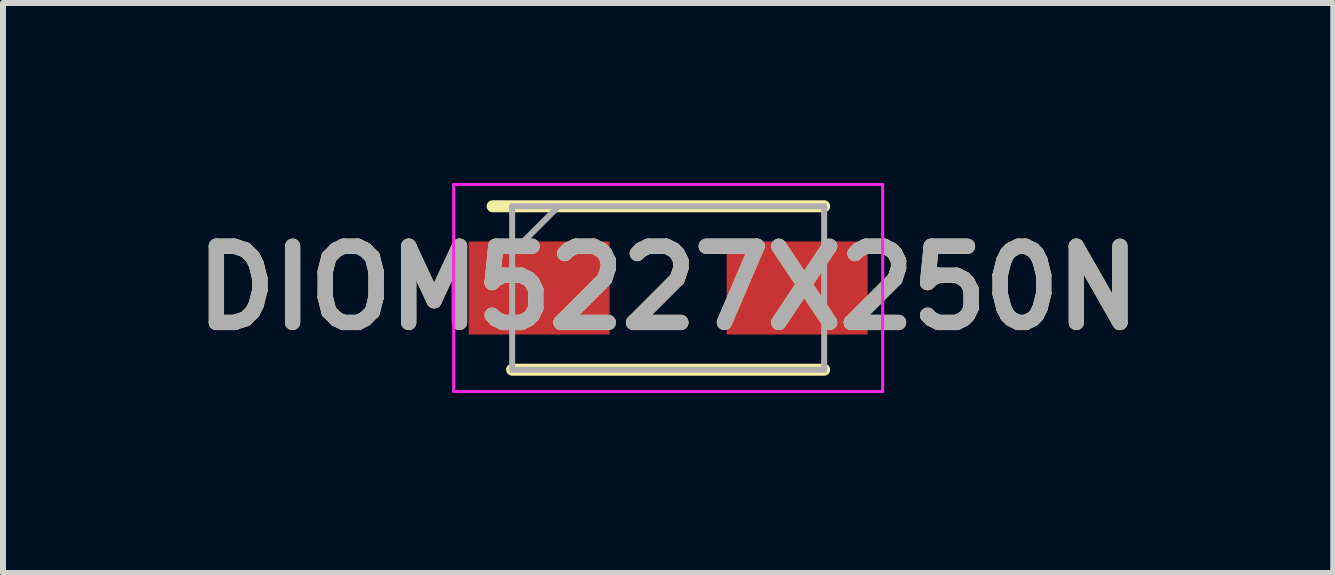
<source format=kicad_pcb>
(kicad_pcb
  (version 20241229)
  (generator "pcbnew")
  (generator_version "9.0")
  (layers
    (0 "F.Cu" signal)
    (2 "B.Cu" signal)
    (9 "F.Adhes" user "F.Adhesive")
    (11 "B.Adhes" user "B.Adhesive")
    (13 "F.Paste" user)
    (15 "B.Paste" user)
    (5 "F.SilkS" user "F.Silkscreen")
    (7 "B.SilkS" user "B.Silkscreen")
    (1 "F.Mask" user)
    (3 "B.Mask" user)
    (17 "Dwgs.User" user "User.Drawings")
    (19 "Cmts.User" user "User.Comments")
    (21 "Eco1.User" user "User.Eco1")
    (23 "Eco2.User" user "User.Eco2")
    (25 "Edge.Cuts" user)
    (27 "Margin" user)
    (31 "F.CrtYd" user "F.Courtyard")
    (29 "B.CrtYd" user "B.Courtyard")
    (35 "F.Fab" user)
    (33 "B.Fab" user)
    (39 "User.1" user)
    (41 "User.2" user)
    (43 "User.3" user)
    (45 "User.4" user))
  (footprint "DIOM5227X250N"
    (layer "F.Cu")
    (at 8.086 1.75)
    (property "Reference" "DIOM5227X250N" (at 0 0 0) (layer "F.SilkS") (effects (font (size 1.27 1.27) (thickness 0.254))))
    (attr smd)
    (fp_line (start -2.6 1.362) (end 2.6 1.362) (stroke (width 0.2) (type solid)) (layer "F.SilkS"))
    (fp_line (start 2.6 -1.362) (end -2.925 -1.362) (stroke (width 0.2) (type solid)) (layer "F.SilkS"))
    (fp_line (start -3.575 -1.725) (end 3.575 -1.725) (stroke (width 0.05) (type solid)) (layer "F.CrtYd"))
    (fp_line (start -3.575 1.725) (end -3.575 -1.725) (stroke (width 0.05) (type solid)) (layer "F.CrtYd"))
    (fp_line (start 3.575 -1.725) (end 3.575 1.725) (stroke (width 0.05) (type solid)) (layer "F.CrtYd"))
    (fp_line (start 3.575 1.725) (end -3.575 1.725) (stroke (width 0.05) (type solid)) (layer "F.CrtYd"))
    (fp_line (start -2.6 -1.362) (end 2.6 -1.362) (stroke (width 0.1) (type solid)) (layer "F.Fab"))
    (fp_line (start -2.6 -0.588) (end -1.825 -1.362) (stroke (width 0.1) (type solid)) (layer "F.Fab"))
    (fp_line (start -2.6 1.362) (end -2.6 -1.362) (stroke (width 0.1) (type solid)) (layer "F.Fab"))
    (fp_line (start 2.6 -1.362) (end 2.6 1.362) (stroke (width 0.1) (type solid)) (layer "F.Fab"))
    (fp_line (start 2.6 1.362) (end -2.6 1.362) (stroke (width 0.1) (type solid)) (layer "F.Fab"))
    (fp_text user "${REFERENCE}" (at 0 0 0) (layer "F.Fab") (effects (font (size 1.27 1.27) (thickness 0.254))))
    (pad "1" smd rect (at -2.15 0 90) (size 1.55 2.35) (layers "F.Cu" "F.Mask" "F.Paste"))
    (pad "2" smd rect (at 2.15 0 90) (size 1.55 2.35) (layers "F.Cu" "F.Mask" "F.Paste")))
  (gr_rect
    (start -3 -3)
    (end 19.171 6.5)
    (stroke (width 0.1) (type default))
    (fill no)
    (layer "Edge.Cuts")))
</source>
